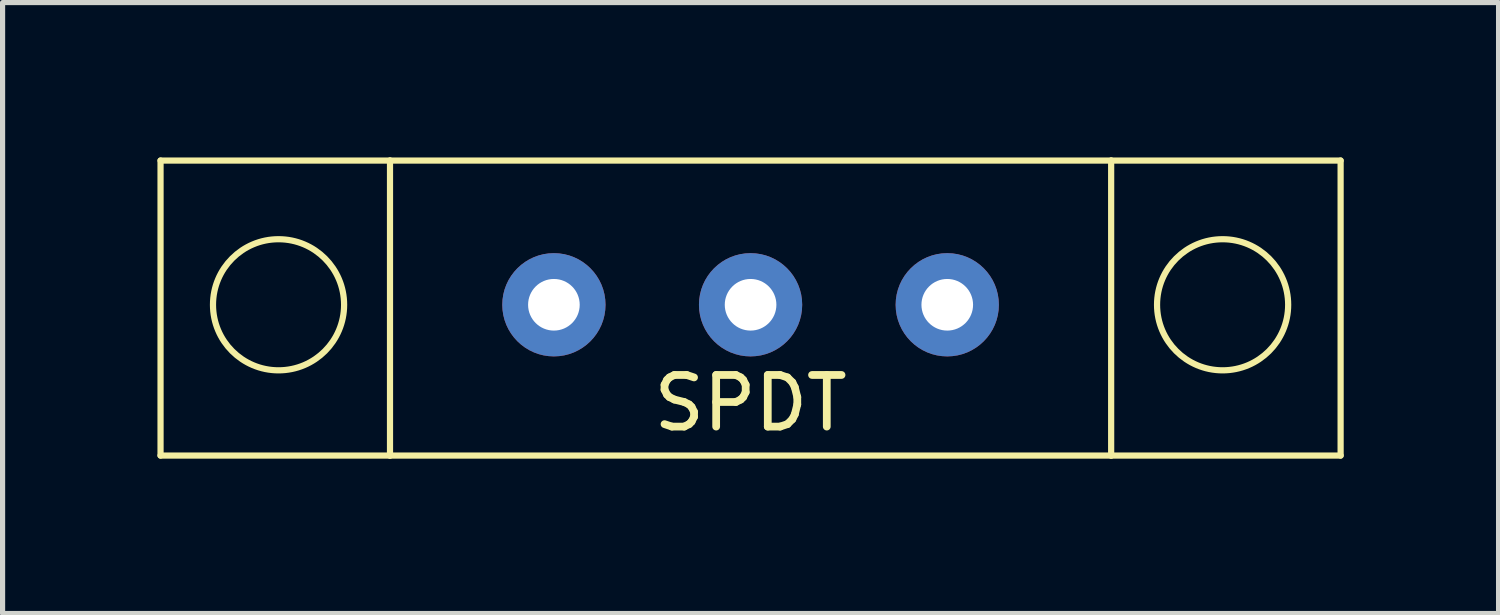
<source format=kicad_pcb>
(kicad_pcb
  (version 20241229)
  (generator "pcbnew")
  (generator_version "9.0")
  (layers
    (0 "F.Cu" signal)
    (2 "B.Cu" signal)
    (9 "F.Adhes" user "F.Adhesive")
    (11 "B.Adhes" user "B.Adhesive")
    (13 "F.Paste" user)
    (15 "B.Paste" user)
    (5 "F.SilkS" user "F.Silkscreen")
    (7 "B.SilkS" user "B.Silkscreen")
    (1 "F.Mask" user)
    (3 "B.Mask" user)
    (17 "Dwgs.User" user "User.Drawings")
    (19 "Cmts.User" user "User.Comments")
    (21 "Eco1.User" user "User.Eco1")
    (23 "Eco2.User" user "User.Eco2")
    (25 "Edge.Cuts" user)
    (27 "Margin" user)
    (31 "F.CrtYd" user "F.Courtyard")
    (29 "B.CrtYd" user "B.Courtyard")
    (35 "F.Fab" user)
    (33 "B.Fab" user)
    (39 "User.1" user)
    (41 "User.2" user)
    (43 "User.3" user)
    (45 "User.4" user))
  (footprint "SPDT"
    (layer "F.Cu")
    (at 11.49 2.854)
    (property "Reference" "SPDT" (at 0 1.905 0) (layer "F.SilkS") (effects (font (size 1 1) (thickness 0.15))))
    (attr through_hole)
    (fp_line (start -11.43 -2.794) (end -11.43 2.921) (stroke (width 0.12) (type solid)) (layer "F.SilkS"))
    (fp_line (start -11.43 2.921) (end -6.985 2.921) (stroke (width 0.12) (type solid)) (layer "F.SilkS"))
    (fp_line (start -6.985 -2.794) (end -11.43 -2.794) (stroke (width 0.12) (type solid)) (layer "F.SilkS"))
    (fp_line (start -6.985 -2.794) (end 6.985 -2.794) (stroke (width 0.12) (type solid)) (layer "F.SilkS"))
    (fp_line (start -6.985 2.921) (end -6.985 -2.794) (stroke (width 0.12) (type solid)) (layer "F.SilkS"))
    (fp_line (start 6.985 -2.794) (end 6.985 2.921) (stroke (width 0.12) (type solid)) (layer "F.SilkS"))
    (fp_line (start 6.985 -2.794) (end 11.43 -2.794) (stroke (width 0.12) (type solid)) (layer "F.SilkS"))
    (fp_line (start 6.985 2.921) (end -6.985 2.921) (stroke (width 0.12) (type solid)) (layer "F.SilkS"))
    (fp_line (start 11.43 -2.794) (end 11.43 2.921) (stroke (width 0.12) (type solid)) (layer "F.SilkS"))
    (fp_line (start 11.43 2.921) (end 6.985 2.921) (stroke (width 0.12) (type solid)) (layer "F.SilkS"))
    (fp_circle (center -9.144 0) (end -10.414 0) (stroke (width 0.12) (type solid)) (fill no) (layer "F.SilkS"))
    (fp_circle (center 9.144 0) (end 10.414 0) (stroke (width 0.12) (type solid)) (fill no) (layer "F.SilkS"))
    (pad "1" thru_hole circle (at -3.81 0) (size 2 2) (drill 1) (layers "*.Cu" "*.Mask"))
    (pad "2" thru_hole circle (at 0 0) (size 2 2) (drill 1) (layers "*.Cu" "*.Mask"))
    (pad "3" thru_hole circle (at 3.81 0) (size 2 2) (drill 1) (layers "*.Cu" "*.Mask")))
  (gr_rect
    (start -3 -3)
    (end 25.98 8.835)
    (stroke (width 0.1) (type default))
    (fill no)
    (layer "Edge.Cuts")))
</source>
